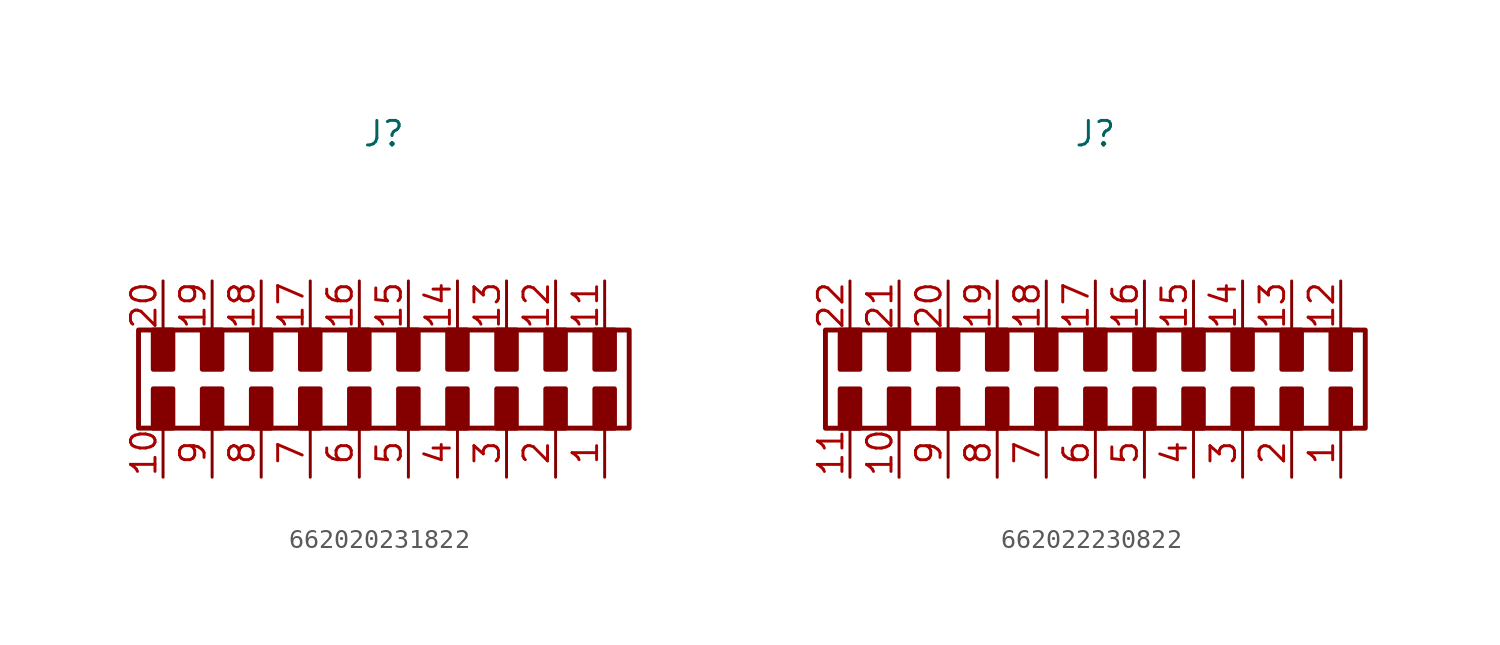
<source format=kicad_sym>
(kicad_symbol_lib
  (version 20241209)
  (generator "kicad_symbol_editor")
  (generator_version "9.0")
  (symbol "662020231822"
    (pin_names
      (hide yes))
    (property "Reference" "J"
      (at 0 12.7 0)
      (effects (font (size 1.27 1.27))))
    (symbol "662020231822_1_1"
      (rectangle (start -12.7 2.54) (end 12.7 -2.54) (stroke (width 0.254) (type solid)) (fill (type none)))
      (rectangle (start -11.938 2.54) (end -10.922 0.508) (stroke (width 0.254) (type solid)) (fill (type outline)))
      (rectangle (start -11.938 -0.508) (end -10.922 -2.54) (stroke (width 0.254) (type solid)) (fill (type outline)))
      (rectangle (start -9.398 2.54) (end -8.382 0.508) (stroke (width 0.254) (type solid)) (fill (type outline)))
      (rectangle (start -9.398 -0.508) (end -8.382 -2.54) (stroke (width 0.254) (type solid)) (fill (type outline)))
      (rectangle (start -6.858 2.54) (end -5.842 0.508) (stroke (width 0.254) (type solid)) (fill (type outline)))
      (rectangle (start -6.858 -0.508) (end -5.842 -2.54) (stroke (width 0.254) (type solid)) (fill (type outline)))
      (rectangle (start -4.318 2.54) (end -3.302 0.508) (stroke (width 0.254) (type solid)) (fill (type outline)))
      (rectangle (start -4.318 -0.508) (end -3.302 -2.54) (stroke (width 0.254) (type solid)) (fill (type outline)))
      (rectangle (start -1.778 2.54) (end -0.762 0.508) (stroke (width 0.254) (type solid)) (fill (type outline)))
      (rectangle (start -1.778 -0.508) (end -0.762 -2.54) (stroke (width 0.254) (type solid)) (fill (type outline)))
      (rectangle (start 0.762 2.54) (end 1.778 0.508) (stroke (width 0.254) (type solid)) (fill (type outline)))
      (rectangle (start 0.762 -0.508) (end 1.778 -2.54) (stroke (width 0.254) (type solid)) (fill (type outline)))
      (rectangle (start 3.302 2.54) (end 4.318 0.508) (stroke (width 0.254) (type solid)) (fill (type outline)))
      (rectangle (start 3.302 -0.508) (end 4.318 -2.54) (stroke (width 0.254) (type solid)) (fill (type outline)))
      (rectangle (start 5.842 2.54) (end 6.858 0.508) (stroke (width 0.254) (type solid)) (fill (type outline)))
      (rectangle (start 5.842 -0.508) (end 6.858 -2.54) (stroke (width 0.254) (type solid)) (fill (type outline)))
      (rectangle (start 8.382 2.54) (end 9.398 0.508) (stroke (width 0.254) (type solid)) (fill (type outline)))
      (rectangle (start 8.382 -0.508) (end 9.398 -2.54) (stroke (width 0.254) (type solid)) (fill (type outline)))
      (rectangle (start 10.922 2.54) (end 11.938 0.508) (stroke (width 0.254) (type solid)) (fill (type outline)))
      (rectangle (start 10.922 -0.508) (end 11.938 -2.54) (stroke (width 0.254) (type solid)) (fill (type outline)))
      (pin passive line (at -11.43 5.08 270) (length 2.54) (name "20" (effects (font (size 1.27 1.27)))) (number "20" (effects (font (size 1.27 1.27)))))
      (pin passive line (at -11.43 -5.08 90) (length 2.54) (name "10" (effects (font (size 1.27 1.27)))) (number "10" (effects (font (size 1.27 1.27)))))
      (pin passive line (at -8.89 5.08 270) (length 2.54) (name "19" (effects (font (size 1.27 1.27)))) (number "19" (effects (font (size 1.27 1.27)))))
      (pin passive line (at -8.89 -5.08 90) (length 2.54) (name "9" (effects (font (size 1.27 1.27)))) (number "9" (effects (font (size 1.27 1.27)))))
      (pin passive line (at -6.35 5.08 270) (length 2.54) (name "18" (effects (font (size 1.27 1.27)))) (number "18" (effects (font (size 1.27 1.27)))))
      (pin passive line (at -6.35 -5.08 90) (length 2.54) (name "8" (effects (font (size 1.27 1.27)))) (number "8" (effects (font (size 1.27 1.27)))))
      (pin passive line (at -3.81 5.08 270) (length 2.54) (name "17" (effects (font (size 1.27 1.27)))) (number "17" (effects (font (size 1.27 1.27)))))
      (pin passive line (at -3.81 -5.08 90) (length 2.54) (name "7" (effects (font (size 1.27 1.27)))) (number "7" (effects (font (size 1.27 1.27)))))
      (pin passive line (at -1.27 5.08 270) (length 2.54) (name "16" (effects (font (size 1.27 1.27)))) (number "16" (effects (font (size 1.27 1.27)))))
      (pin passive line (at -1.27 -5.08 90) (length 2.54) (name "6" (effects (font (size 1.27 1.27)))) (number "6" (effects (font (size 1.27 1.27)))))
      (pin passive line (at 1.27 5.08 270) (length 2.54) (name "15" (effects (font (size 1.27 1.27)))) (number "15" (effects (font (size 1.27 1.27)))))
      (pin passive line (at 1.27 -5.08 90) (length 2.54) (name "5" (effects (font (size 1.27 1.27)))) (number "5" (effects (font (size 1.27 1.27)))))
      (pin passive line (at 3.81 5.08 270) (length 2.54) (name "14" (effects (font (size 1.27 1.27)))) (number "14" (effects (font (size 1.27 1.27)))))
      (pin passive line (at 3.81 -5.08 90) (length 2.54) (name "4" (effects (font (size 1.27 1.27)))) (number "4" (effects (font (size 1.27 1.27)))))
      (pin passive line (at 6.35 5.08 270) (length 2.54) (name "13" (effects (font (size 1.27 1.27)))) (number "13" (effects (font (size 1.27 1.27)))))
      (pin passive line (at 6.35 -5.08 90) (length 2.54) (name "3" (effects (font (size 1.27 1.27)))) (number "3" (effects (font (size 1.27 1.27)))))
      (pin passive line (at 8.89 5.08 270) (length 2.54) (name "12" (effects (font (size 1.27 1.27)))) (number "12" (effects (font (size 1.27 1.27)))))
      (pin passive line (at 8.89 -5.08 90) (length 2.54) (name "2" (effects (font (size 1.27 1.27)))) (number "2" (effects (font (size 1.27 1.27)))))
      (pin passive line (at 11.43 5.08 270) (length 2.54) (name "11" (effects (font (size 1.27 1.27)))) (number "11" (effects (font (size 1.27 1.27)))))
      (pin passive line (at 11.43 -5.08 90) (length 2.54) (name "1" (effects (font (size 1.27 1.27)))) (number "1" (effects (font (size 1.27 1.27)))))))
  (symbol "662022230822"
    (pin_names
      (hide yes))
    (property "Reference" "J"
      (at 0 12.7 0)
      (effects (font (size 1.27 1.27))))
    (symbol "662022230822_1_1"
      (rectangle (start -13.97 2.54) (end 13.97 -2.54) (stroke (width 0.254) (type solid)) (fill (type none)))
      (rectangle (start -13.208 2.54) (end -12.192 0.508) (stroke (width 0.254) (type solid)) (fill (type outline)))
      (rectangle (start -13.208 -0.508) (end -12.192 -2.54) (stroke (width 0.254) (type solid)) (fill (type outline)))
      (rectangle (start -10.668 2.54) (end -9.652 0.508) (stroke (width 0.254) (type solid)) (fill (type outline)))
      (rectangle (start -10.668 -0.508) (end -9.652 -2.54) (stroke (width 0.254) (type solid)) (fill (type outline)))
      (rectangle (start -8.128 2.54) (end -7.112 0.508) (stroke (width 0.254) (type solid)) (fill (type outline)))
      (rectangle (start -8.128 -0.508) (end -7.112 -2.54) (stroke (width 0.254) (type solid)) (fill (type outline)))
      (rectangle (start -5.588 2.54) (end -4.572 0.508) (stroke (width 0.254) (type solid)) (fill (type outline)))
      (rectangle (start -5.588 -0.508) (end -4.572 -2.54) (stroke (width 0.254) (type solid)) (fill (type outline)))
      (rectangle (start -3.048 2.54) (end -2.032 0.508) (stroke (width 0.254) (type solid)) (fill (type outline)))
      (rectangle (start -3.048 -0.508) (end -2.032 -2.54) (stroke (width 0.254) (type solid)) (fill (type outline)))
      (rectangle (start -0.508 2.54) (end 0.508 0.508) (stroke (width 0.254) (type solid)) (fill (type outline)))
      (rectangle (start -0.508 -0.508) (end 0.508 -2.54) (stroke (width 0.254) (type solid)) (fill (type outline)))
      (rectangle (start 2.032 2.54) (end 3.048 0.508) (stroke (width 0.254) (type solid)) (fill (type outline)))
      (rectangle (start 2.032 -0.508) (end 3.048 -2.54) (stroke (width 0.254) (type solid)) (fill (type outline)))
      (rectangle (start 4.572 2.54) (end 5.588 0.508) (stroke (width 0.254) (type solid)) (fill (type outline)))
      (rectangle (start 4.572 -0.508) (end 5.588 -2.54) (stroke (width 0.254) (type solid)) (fill (type outline)))
      (rectangle (start 7.112 2.54) (end 8.128 0.508) (stroke (width 0.254) (type solid)) (fill (type outline)))
      (rectangle (start 7.112 -0.508) (end 8.128 -2.54) (stroke (width 0.254) (type solid)) (fill (type outline)))
      (rectangle (start 9.652 2.54) (end 10.668 0.508) (stroke (width 0.254) (type solid)) (fill (type outline)))
      (rectangle (start 9.652 -0.508) (end 10.668 -2.54) (stroke (width 0.254) (type solid)) (fill (type outline)))
      (rectangle (start 12.192 2.54) (end 13.208 0.508) (stroke (width 0.254) (type solid)) (fill (type outline)))
      (rectangle (start 12.192 -0.508) (end 13.208 -2.54) (stroke (width 0.254) (type solid)) (fill (type outline)))
      (pin passive line (at -12.7 5.08 270) (length 2.54) (name "22" (effects (font (size 1.27 1.27)))) (number "22" (effects (font (size 1.27 1.27)))))
      (pin passive line (at -12.7 -5.08 90) (length 2.54) (name "11" (effects (font (size 1.27 1.27)))) (number "11" (effects (font (size 1.27 1.27)))))
      (pin passive line (at -10.16 5.08 270) (length 2.54) (name "21" (effects (font (size 1.27 1.27)))) (number "21" (effects (font (size 1.27 1.27)))))
      (pin passive line (at -10.16 -5.08 90) (length 2.54) (name "10" (effects (font (size 1.27 1.27)))) (number "10" (effects (font (size 1.27 1.27)))))
      (pin passive line (at -7.62 5.08 270) (length 2.54) (name "20" (effects (font (size 1.27 1.27)))) (number "20" (effects (font (size 1.27 1.27)))))
      (pin passive line (at -7.62 -5.08 90) (length 2.54) (name "9" (effects (font (size 1.27 1.27)))) (number "9" (effects (font (size 1.27 1.27)))))
      (pin passive line (at -5.08 5.08 270) (length 2.54) (name "19" (effects (font (size 1.27 1.27)))) (number "19" (effects (font (size 1.27 1.27)))))
      (pin passive line (at -5.08 -5.08 90) (length 2.54) (name "8" (effects (font (size 1.27 1.27)))) (number "8" (effects (font (size 1.27 1.27)))))
      (pin passive line (at -2.54 5.08 270) (length 2.54) (name "18" (effects (font (size 1.27 1.27)))) (number "18" (effects (font (size 1.27 1.27)))))
      (pin passive line (at -2.54 -5.08 90) (length 2.54) (name "7" (effects (font (size 1.27 1.27)))) (number "7" (effects (font (size 1.27 1.27)))))
      (pin passive line (at 0 5.08 270) (length 2.54) (name "17" (effects (font (size 1.27 1.27)))) (number "17" (effects (font (size 1.27 1.27)))))
      (pin passive line (at 0 -5.08 90) (length 2.54) (name "6" (effects (font (size 1.27 1.27)))) (number "6" (effects (font (size 1.27 1.27)))))
      (pin passive line (at 2.54 5.08 270) (length 2.54) (name "16" (effects (font (size 1.27 1.27)))) (number "16" (effects (font (size 1.27 1.27)))))
      (pin passive line (at 2.54 -5.08 90) (length 2.54) (name "5" (effects (font (size 1.27 1.27)))) (number "5" (effects (font (size 1.27 1.27)))))
      (pin passive line (at 5.08 5.08 270) (length 2.54) (name "15" (effects (font (size 1.27 1.27)))) (number "15" (effects (font (size 1.27 1.27)))))
      (pin passive line (at 5.08 -5.08 90) (length 2.54) (name "4" (effects (font (size 1.27 1.27)))) (number "4" (effects (font (size 1.27 1.27)))))
      (pin passive line (at 7.62 5.08 270) (length 2.54) (name "14" (effects (font (size 1.27 1.27)))) (number "14" (effects (font (size 1.27 1.27)))))
      (pin passive line (at 7.62 -5.08 90) (length 2.54) (name "3" (effects (font (size 1.27 1.27)))) (number "3" (effects (font (size 1.27 1.27)))))
      (pin passive line (at 10.16 5.08 270) (length 2.54) (name "13" (effects (font (size 1.27 1.27)))) (number "13" (effects (font (size 1.27 1.27)))))
      (pin passive line (at 10.16 -5.08 90) (length 2.54) (name "2" (effects (font (size 1.27 1.27)))) (number "2" (effects (font (size 1.27 1.27)))))
      (pin passive line (at 12.7 5.08 270) (length 2.54) (name "12" (effects (font (size 1.27 1.27)))) (number "12" (effects (font (size 1.27 1.27)))))
      (pin passive line (at 12.7 -5.08 90) (length 2.54) (name "1" (effects (font (size 1.27 1.27)))) (number "1" (effects (font (size 1.27 1.27))))))))
</source>
